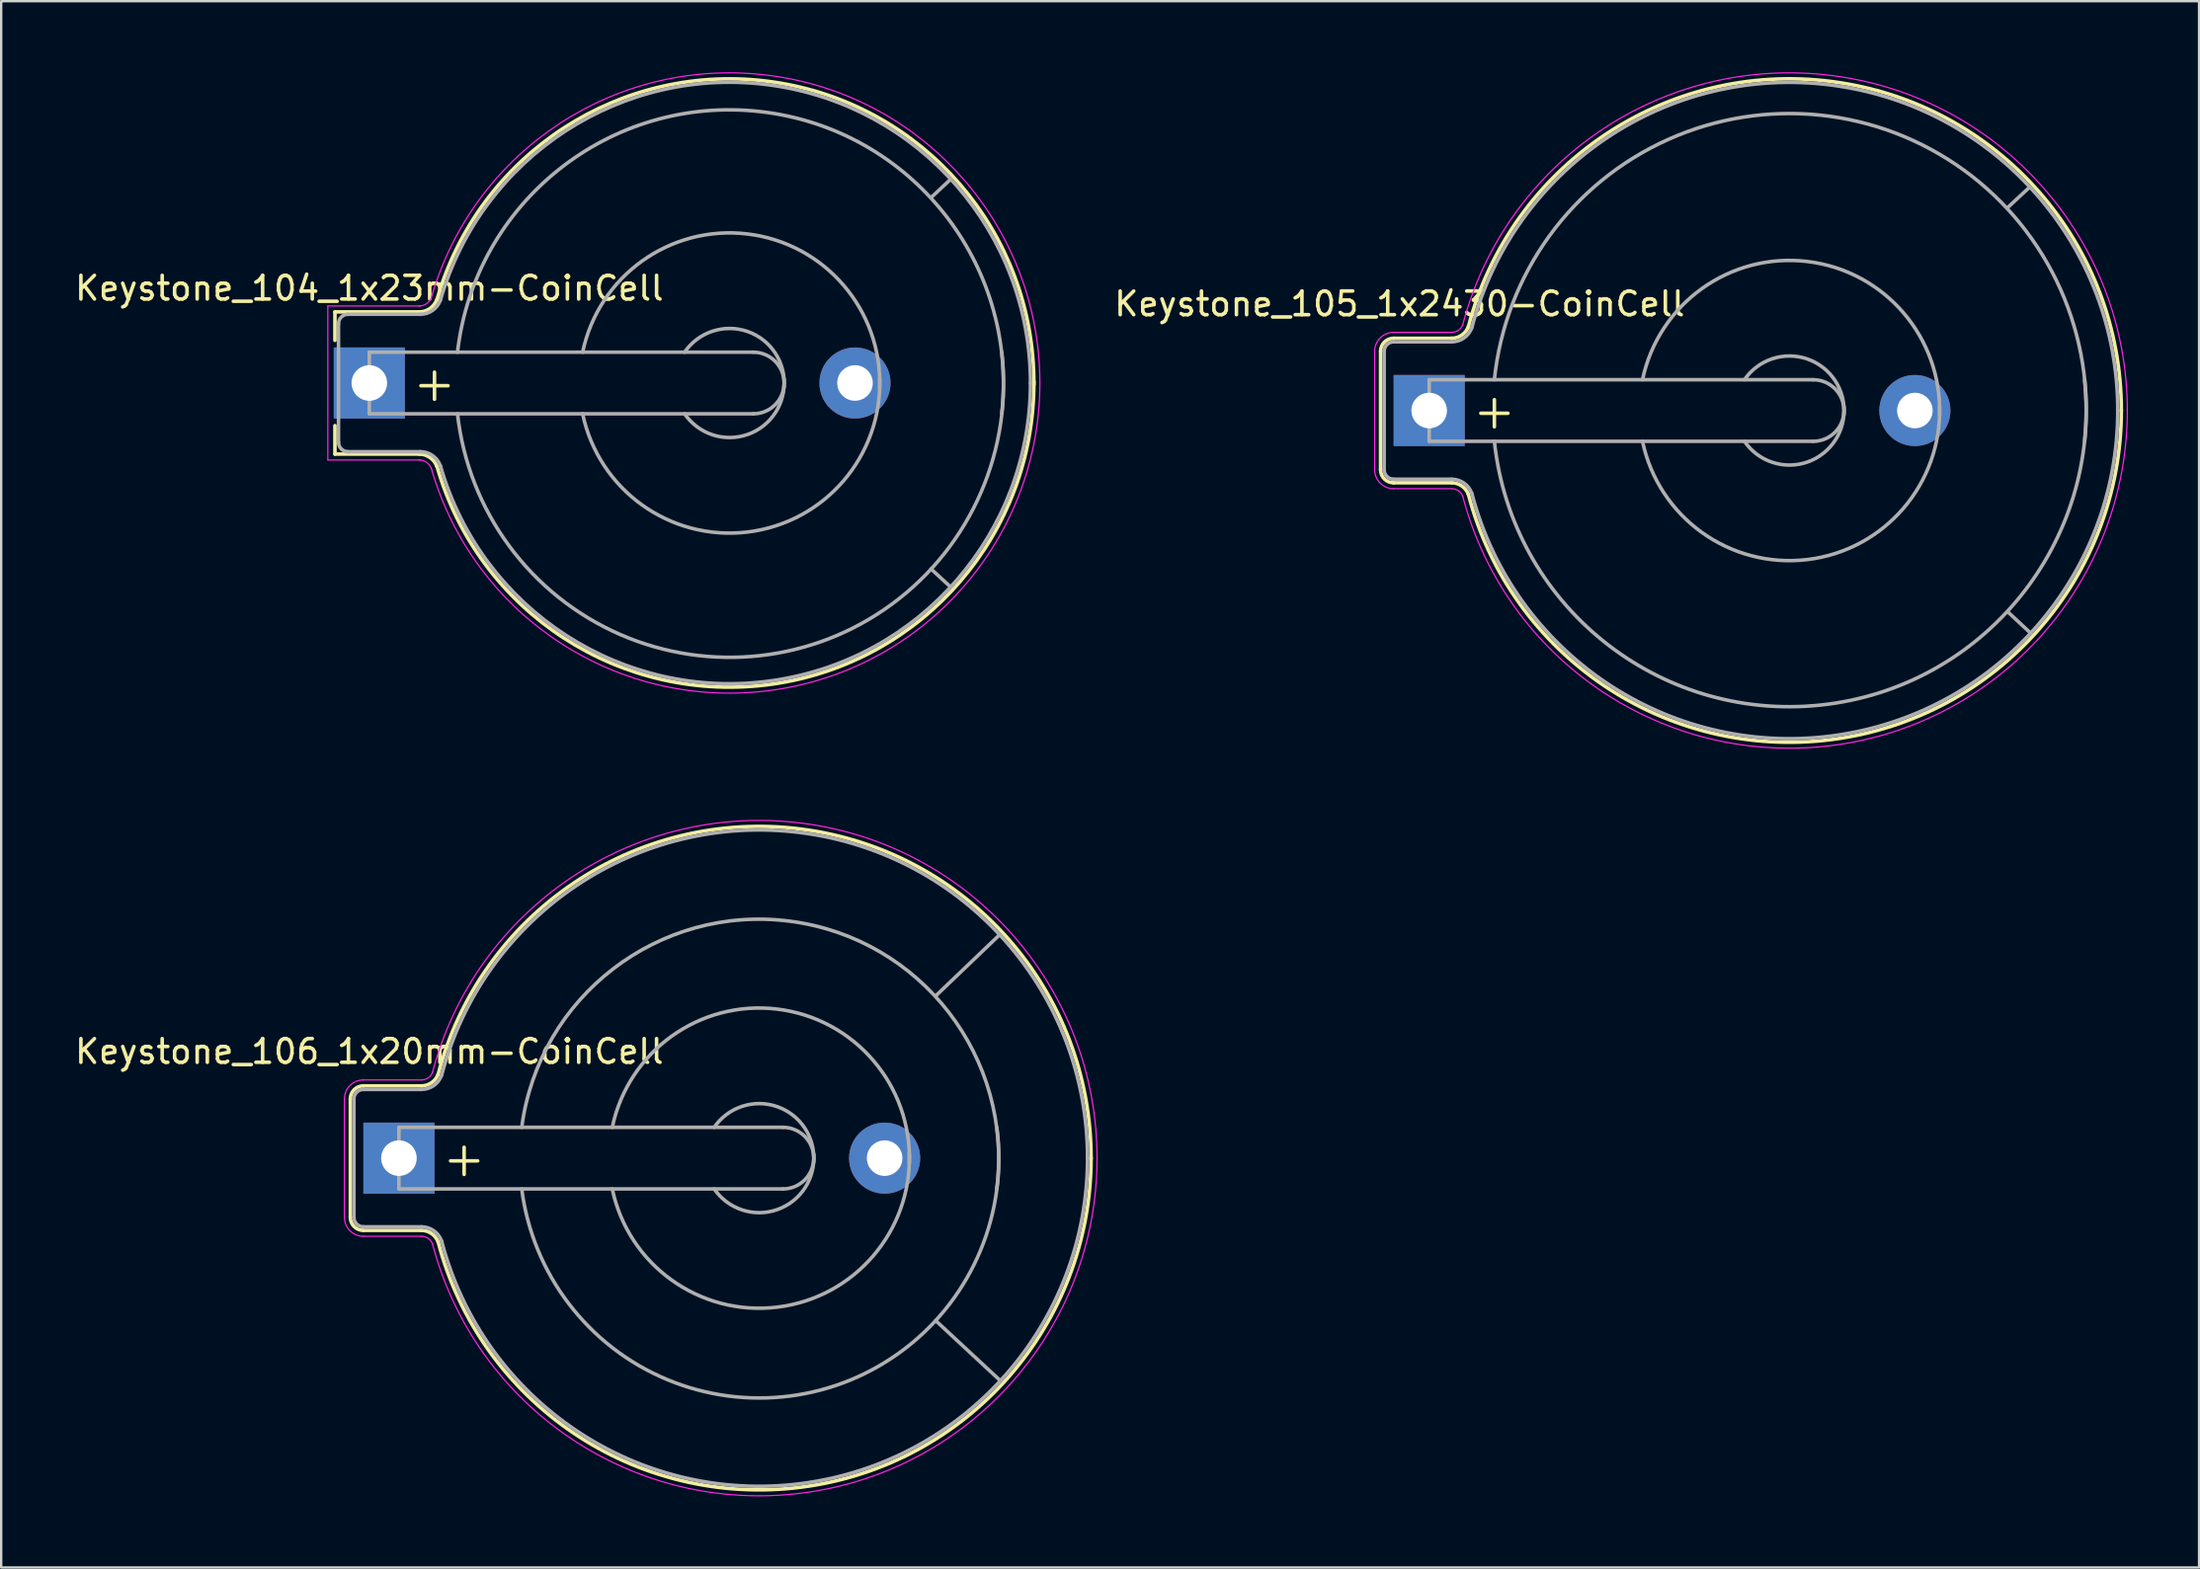
<source format=kicad_pcb>
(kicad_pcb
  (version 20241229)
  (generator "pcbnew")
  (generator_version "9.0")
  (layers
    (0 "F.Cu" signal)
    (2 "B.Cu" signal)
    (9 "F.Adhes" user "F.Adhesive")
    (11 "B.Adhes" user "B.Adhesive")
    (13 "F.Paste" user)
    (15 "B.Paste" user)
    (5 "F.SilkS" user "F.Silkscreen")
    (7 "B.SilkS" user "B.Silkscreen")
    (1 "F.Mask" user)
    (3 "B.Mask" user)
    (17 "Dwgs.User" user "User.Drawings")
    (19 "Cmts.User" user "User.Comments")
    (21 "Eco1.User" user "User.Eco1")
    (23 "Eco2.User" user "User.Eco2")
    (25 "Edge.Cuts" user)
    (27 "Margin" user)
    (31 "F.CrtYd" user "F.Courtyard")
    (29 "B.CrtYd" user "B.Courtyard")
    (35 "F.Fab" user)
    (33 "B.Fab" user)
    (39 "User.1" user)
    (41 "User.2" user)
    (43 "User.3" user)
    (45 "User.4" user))
  (footprint "Keystone_105_1x2430-CoinCell"
    (layer "F.Cu")
    (at 57.243 14.277)
    (property "Reference" "Keystone_105_1x2430-CoinCell" (at -1.25 -4.5 0) (layer "F.SilkS") (effects (font (size 1 1) (thickness 0.15))))
    (attr through_hole)
    (fp_line (start -2.05 -2.5) (end -2.05 2.5) (stroke (width 0.15) (type solid)) (layer "F.SilkS"))
    (fp_line (start -1.5 3.05) (end 0.95 3.05) (stroke (width 0.15) (type solid)) (layer "F.SilkS"))
    (fp_line (start 0.95 -3.05) (end -1.5 -3.05) (stroke (width 0.15) (type solid)) (layer "F.SilkS"))
    (fp_arc (start -2.05 -2.5) (mid -1.888909 -2.888909) (end -1.5 -3.05) (stroke (width 0.15) (type solid)) (layer "F.SilkS"))
    (fp_arc (start -1.5 3.05) (mid -1.888909 2.888909) (end -2.05 2.5) (stroke (width 0.15) (type solid)) (layer "F.SilkS"))
    (fp_arc (start 0.95 3.05) (mid 1.380182 3.185636) (end 1.654769 3.543485) (stroke (width 0.15) (type solid)) (layer "F.SilkS"))
    (fp_arc (start 1.65 -3.52) (mid 16.981862 -13.885887) (end 29.199738 0.015231) (stroke (width 0.15) (type solid)) (layer "F.SilkS"))
    (fp_arc (start 1.654769 -3.543485) (mid 1.380182 -3.185636) (end 0.95 -3.05) (stroke (width 0.15) (type solid)) (layer "F.SilkS"))
    (fp_arc (start 29.199738 -0.015231) (mid 16.981862 13.885887) (end 1.65 3.52) (stroke (width 0.15) (type solid)) (layer "F.SilkS"))
    (fp_line (start -2.3 -2.5) (end -2.3 2.5) (stroke (width 0.05) (type solid)) (layer "F.CrtYd"))
    (fp_line (start -1.5 3.3) (end 0.95 3.3) (stroke (width 0.05) (type solid)) (layer "F.CrtYd"))
    (fp_line (start 0.95 -3.3) (end -1.5 -3.3) (stroke (width 0.05) (type solid)) (layer "F.CrtYd"))
    (fp_arc (start -2.3 -2.5) (mid -2.065685 -3.065685) (end -1.5 -3.3) (stroke (width 0.05) (type solid)) (layer "F.CrtYd"))
    (fp_arc (start -1.5 3.3) (mid -2.065685 3.065685) (end -2.3 2.5) (stroke (width 0.05) (type solid)) (layer "F.CrtYd"))
    (fp_arc (start 0.95 3.3) (mid 1.236788 3.390424) (end 1.419846 3.62899) (stroke (width 0.05) (type solid)) (layer "F.CrtYd"))
    (fp_arc (start 1.41 -3.6) (mid 17.030934 -14.134065) (end 29.452124 0.032591) (stroke (width 0.05) (type solid)) (layer "F.CrtYd"))
    (fp_arc (start 1.419846 -3.62899) (mid 1.236788 -3.390424) (end 0.95 -3.3) (stroke (width 0.05) (type solid)) (layer "F.CrtYd"))
    (fp_arc (start 29.452124 -0.032591) (mid 17.030934 14.134065) (end 1.41 3.6) (stroke (width 0.05) (type solid)) (layer "F.CrtYd"))
    (fp_line (start -1.9 -2.5) (end -1.9 2.5) (stroke (width 0.15) (type solid)) (layer "F.Fab"))
    (fp_line (start -1.5 2.9) (end 0.95 2.9) (stroke (width 0.15) (type solid)) (layer "F.Fab"))
    (fp_line (start 0 -1.3) (end 0 1.3) (stroke (width 0.15) (type solid)) (layer "F.Fab"))
    (fp_line (start 0 1.3) (end 16.2 1.3) (stroke (width 0.15) (type solid)) (layer "F.Fab"))
    (fp_line (start 0.95 -2.9) (end -1.5 -2.9) (stroke (width 0.15) (type solid)) (layer "F.Fab"))
    (fp_line (start 16.2 -1.3) (end 0 -1.3) (stroke (width 0.15) (type solid)) (layer "F.Fab"))
    (fp_line (start 24.384 -8.547) (end 25.299 -9.399) (stroke (width 0.15) (type solid)) (layer "F.Fab"))
    (fp_line (start 24.409 8.496) (end 25.375 9.398) (stroke (width 0.15) (type solid)) (layer "F.Fab"))
    (fp_arc (start -1.9 -2.5) (mid -1.782843 -2.782843) (end -1.5 -2.9) (stroke (width 0.15) (type solid)) (layer "F.Fab"))
    (fp_arc (start -1.5 2.9) (mid -1.782843 2.782843) (end -1.9 2.5) (stroke (width 0.15) (type solid)) (layer "F.Fab"))
    (fp_arc (start 0.95 2.9) (mid 1.466219 3.062763) (end 1.795723 3.492182) (stroke (width 0.15) (type solid)) (layer "F.Fab"))
    (fp_arc (start 1.795723 -3.492182) (mid 1.466219 -3.062763) (end 0.95 -2.9) (stroke (width 0.15) (type solid)) (layer "F.Fab"))
    (fp_arc (start 1.8 -3.5) (mid 16.980951 -13.734563) (end 29.049508 0.033425) (stroke (width 0.15) (type solid)) (layer "F.Fab"))
    (fp_arc (start 2.75 -1.3) (mid 16.5 -12.45) (end 27.65 1.3) (stroke (width 0.15) (type solid)) (layer "F.Fab"))
    (fp_arc (start 9 -1.3) (mid 15.954687 -6.28971) (end 21.531551 0.203631) (stroke (width 0.15) (type solid)) (layer "F.Fab"))
    (fp_arc (start 13.3 -1.3) (mid 15.963947 -2.171724) (end 17.495448 0.175833) (stroke (width 0.15) (type solid)) (layer "F.Fab"))
    (fp_arc (start 16.2 -1.3) (mid 17.5 0) (end 16.2 1.3) (stroke (width 0.15) (type solid)) (layer "F.Fab"))
    (fp_arc (start 17.495448 -0.175833) (mid 15.963947 2.171724) (end 13.3 1.3) (stroke (width 0.15) (type solid)) (layer "F.Fab"))
    (fp_arc (start 21.531551 -0.203631) (mid 15.954687 6.28971) (end 9 1.3) (stroke (width 0.15) (type solid)) (layer "F.Fab"))
    (fp_arc (start 27.65 -1.3) (mid 16.5 12.45) (end 2.75 1.3) (stroke (width 0.15) (type solid)) (layer "F.Fab"))
    (fp_arc (start 29.049508 -0.033425) (mid 16.980951 13.734562) (end 1.8 3.5) (stroke (width 0.15) (type solid)) (layer "F.Fab"))
    (fp_text user "+" (at 2.75 0 0) (layer "F.SilkS") (effects (font (size 1.5 1.5) (thickness 0.15))))
    (pad "1" thru_hole rect (at 0 0) (size 3 3) (drill 1.5) (layers "*.Cu" "*.Mask"))
    (pad "2" thru_hole circle (at 20.49 0) (size 3 3) (drill 1.5) (layers "*.Cu" "*.Mask")))
  (footprint "Keystone_106_1x20mm-CoinCell"
    (layer "F.Cu")
    (at 13.78 45.831)
    (property "Reference" "Keystone_106_1x20mm-CoinCell" (at -1.25 -4.5 0) (layer "F.SilkS") (effects (font (size 1 1) (thickness 0.15))))
    (attr through_hole)
    (fp_line (start -2.05 -2.5) (end -2.05 2.5) (stroke (width 0.15) (type solid)) (layer "F.SilkS"))
    (fp_line (start -1.5 3.05) (end 0.95 3.05) (stroke (width 0.15) (type solid)) (layer "F.SilkS"))
    (fp_line (start 0.95 -3.05) (end -1.5 -3.05) (stroke (width 0.15) (type solid)) (layer "F.SilkS"))
    (fp_arc (start -2.05 -2.5) (mid -1.888909 -2.888909) (end -1.5 -3.05) (stroke (width 0.15) (type solid)) (layer "F.SilkS"))
    (fp_arc (start -1.5 3.05) (mid -1.888909 2.888909) (end -2.05 2.5) (stroke (width 0.15) (type solid)) (layer "F.SilkS"))
    (fp_arc (start 0.95 3.05) (mid 1.380182 3.185636) (end 1.654769 3.543485) (stroke (width 0.15) (type solid)) (layer "F.SilkS"))
    (fp_arc (start 1.65 -3.52) (mid 16.981862 -13.885887) (end 29.199738 0.015231) (stroke (width 0.15) (type solid)) (layer "F.SilkS"))
    (fp_arc (start 1.654769 -3.543485) (mid 1.380182 -3.185636) (end 0.95 -3.05) (stroke (width 0.15) (type solid)) (layer "F.SilkS"))
    (fp_arc (start 29.199738 -0.015231) (mid 16.981862 13.885887) (end 1.65 3.52) (stroke (width 0.15) (type solid)) (layer "F.SilkS"))
    (fp_line (start -2.3 -2.5) (end -2.3 2.5) (stroke (width 0.05) (type solid)) (layer "F.CrtYd"))
    (fp_line (start -1.5 3.3) (end 0.95 3.3) (stroke (width 0.05) (type solid)) (layer "F.CrtYd"))
    (fp_line (start 0.95 -3.3) (end -1.5 -3.3) (stroke (width 0.05) (type solid)) (layer "F.CrtYd"))
    (fp_arc (start -2.3 -2.5) (mid -2.065685 -3.065685) (end -1.5 -3.3) (stroke (width 0.05) (type solid)) (layer "F.CrtYd"))
    (fp_arc (start -1.5 3.3) (mid -2.065685 3.065685) (end -2.3 2.5) (stroke (width 0.05) (type solid)) (layer "F.CrtYd"))
    (fp_arc (start 0.95 3.3) (mid 1.236788 3.390424) (end 1.419846 3.62899) (stroke (width 0.05) (type solid)) (layer "F.CrtYd"))
    (fp_arc (start 1.41 -3.6) (mid 17.030934 -14.134065) (end 29.452124 0.032591) (stroke (width 0.05) (type solid)) (layer "F.CrtYd"))
    (fp_arc (start 1.419846 -3.62899) (mid 1.236788 -3.390424) (end 0.95 -3.3) (stroke (width 0.05) (type solid)) (layer "F.CrtYd"))
    (fp_arc (start 29.452124 -0.032591) (mid 17.030934 14.134065) (end 1.41 3.6) (stroke (width 0.05) (type solid)) (layer "F.CrtYd"))
    (fp_line (start -1.9 -2.5) (end -1.9 2.5) (stroke (width 0.15) (type solid)) (layer "F.Fab"))
    (fp_line (start -1.5 2.9) (end 0.95 2.9) (stroke (width 0.15) (type solid)) (layer "F.Fab"))
    (fp_line (start 0 -1.3) (end 0 1.3) (stroke (width 0.15) (type solid)) (layer "F.Fab"))
    (fp_line (start 0 1.3) (end 16.2 1.3) (stroke (width 0.15) (type solid)) (layer "F.Fab"))
    (fp_line (start 0.95 -2.9) (end -1.5 -2.9) (stroke (width 0.15) (type solid)) (layer "F.Fab"))
    (fp_line (start 16.2 -1.3) (end 0 -1.3) (stroke (width 0.15) (type solid)) (layer "F.Fab"))
    (fp_line (start 22.644 6.858) (end 25.35 9.373) (stroke (width 0.15) (type solid)) (layer "F.Fab"))
    (fp_line (start 22.657 -6.858) (end 25.342 -9.429) (stroke (width 0.15) (type solid)) (layer "F.Fab"))
    (fp_arc (start -1.9 -2.5) (mid -1.782843 -2.782843) (end -1.5 -2.9) (stroke (width 0.15) (type solid)) (layer "F.Fab"))
    (fp_arc (start -1.5 2.9) (mid -1.782843 2.782843) (end -1.9 2.5) (stroke (width 0.15) (type solid)) (layer "F.Fab"))
    (fp_arc (start 0.95 2.9) (mid 1.466219 3.062763) (end 1.795723 3.492182) (stroke (width 0.15) (type solid)) (layer "F.Fab"))
    (fp_arc (start 1.795723 -3.492182) (mid 1.466219 -3.062763) (end 0.95 -2.9) (stroke (width 0.15) (type solid)) (layer "F.Fab"))
    (fp_arc (start 1.8 -3.5) (mid 16.980951 -13.734563) (end 29.049508 0.033425) (stroke (width 0.15) (type solid)) (layer "F.Fab"))
    (fp_arc (start 5.18 -1.3) (mid 16.5 -10.02) (end 25.22 1.3) (stroke (width 0.15) (type solid)) (layer "F.Fab"))
    (fp_arc (start 9 -1.3) (mid 15.954687 -6.28971) (end 21.531551 0.203631) (stroke (width 0.15) (type solid)) (layer "F.Fab"))
    (fp_arc (start 13.3 -1.3) (mid 15.963947 -2.171724) (end 17.495448 0.175833) (stroke (width 0.15) (type solid)) (layer "F.Fab"))
    (fp_arc (start 16.2 -1.3) (mid 17.5 0) (end 16.2 1.3) (stroke (width 0.15) (type solid)) (layer "F.Fab"))
    (fp_arc (start 17.495448 -0.175833) (mid 15.963947 2.171724) (end 13.3 1.3) (stroke (width 0.15) (type solid)) (layer "F.Fab"))
    (fp_arc (start 21.531551 -0.203631) (mid 15.954687 6.28971) (end 9 1.3) (stroke (width 0.15) (type solid)) (layer "F.Fab"))
    (fp_arc (start 25.22 -1.3) (mid 16.5 10.02) (end 5.18 1.3) (stroke (width 0.15) (type solid)) (layer "F.Fab"))
    (fp_arc (start 29.049508 -0.033425) (mid 16.980951 13.734562) (end 1.8 3.5) (stroke (width 0.15) (type solid)) (layer "F.Fab"))
    (fp_text user "+" (at 2.75 0 0) (layer "F.SilkS") (effects (font (size 1.5 1.5) (thickness 0.15))))
    (pad "1" thru_hole rect (at 0 0) (size 3 3) (drill 1.5) (layers "*.Cu" "*.Mask"))
    (pad "2" thru_hole circle (at 20.49 0) (size 3 3) (drill 1.5) (layers "*.Cu" "*.Mask")))
  (footprint "Keystone_104_1x23mm-CoinCell"
    (layer "F.Cu")
    (at 12.53 13.115)
    (property "Reference" "Keystone_104_1x23mm-CoinCell" (at 0 -4 0) (layer "F.SilkS") (effects (font (size 1 1) (thickness 0.15))))
    (attr through_hole)
    (fp_line (start -1.45 -3) (end 2.15 -3) (stroke (width 0.15) (type solid)) (layer "F.SilkS"))
    (fp_line (start -1.45 -1.8) (end -1.45 -3) (stroke (width 0.15) (type solid)) (layer "F.SilkS"))
    (fp_line (start -1.45 1.8) (end -1.45 3) (stroke (width 0.15) (type solid)) (layer "F.SilkS"))
    (fp_line (start -1.45 3) (end 2.15 3) (stroke (width 0.15) (type solid)) (layer "F.SilkS"))
    (fp_arc (start 2.1 3) (mid 2.558861 3.144678) (end 2.851754 3.526384) (stroke (width 0.15) (type solid)) (layer "F.SilkS"))
    (fp_arc (start 2.85 -3.5) (mid 17.002622 -12.709172) (end 28.03617 0.072313) (stroke (width 0.15) (type solid)) (layer "F.SilkS"))
    (fp_arc (start 2.851754 -3.526384) (mid 2.558861 -3.144678) (end 2.1 -3) (stroke (width 0.15) (type solid)) (layer "F.SilkS"))
    (fp_arc (start 28.03617 -0.072313) (mid 17.002622 12.709172) (end 2.85 3.5) (stroke (width 0.15) (type solid)) (layer "F.SilkS"))
    (fp_line (start -1.75 -3.25) (end 2.15 -3.25) (stroke (width 0.05) (type solid)) (layer "F.CrtYd"))
    (fp_line (start -1.75 3.25) (end -1.75 -3.25) (stroke (width 0.05) (type solid)) (layer "F.CrtYd"))
    (fp_line (start -1.75 3.25) (end 2.15 3.25) (stroke (width 0.05) (type solid)) (layer "F.CrtYd"))
    (fp_arc (start 2.1 3.25) (mid 2.415467 3.349466) (end 2.616831 3.611889) (stroke (width 0.05) (type solid)) (layer "F.CrtYd"))
    (fp_arc (start 2.615 -3.6) (mid 17.013472 -12.963547) (end 28.289773 -0.008354) (stroke (width 0.05) (type solid)) (layer "F.CrtYd"))
    (fp_arc (start 2.616831 -3.611889) (mid 2.415467 -3.349466) (end 2.1 -3.25) (stroke (width 0.05) (type solid)) (layer "F.CrtYd"))
    (fp_arc (start 28.289773 0.008354) (mid 17.013472 12.963547) (end 2.615 3.6) (stroke (width 0.05) (type solid)) (layer "F.CrtYd"))
    (fp_line (start -1.3 -2.5) (end -1.3 2.5) (stroke (width 0.15) (type solid)) (layer "F.Fab"))
    (fp_line (start -0.9 2.9) (end 2.15 2.9) (stroke (width 0.15) (type solid)) (layer "F.Fab"))
    (fp_line (start 0 -1.3) (end 0 1.3) (stroke (width 0.15) (type solid)) (layer "F.Fab"))
    (fp_line (start 0 1.3) (end 16.2 1.3) (stroke (width 0.15) (type solid)) (layer "F.Fab"))
    (fp_line (start 2.15 -2.9) (end -0.9 -2.9) (stroke (width 0.15) (type solid)) (layer "F.Fab"))
    (fp_line (start 16.2 -1.3) (end 0 -1.3) (stroke (width 0.15) (type solid)) (layer "F.Fab"))
    (fp_line (start 23.698 7.849) (end 24.526 8.613) (stroke (width 0.15) (type solid)) (layer "F.Fab"))
    (fp_line (start 23.724 -7.849) (end 24.526 -8.601) (stroke (width 0.15) (type solid)) (layer "F.Fab"))
    (fp_arc (start -1.3 -2.5) (mid -1.182843 -2.782843) (end -0.9 -2.9) (stroke (width 0.15) (type solid)) (layer "F.Fab"))
    (fp_arc (start -0.9 2.9) (mid -1.182843 2.782843) (end -1.3 2.5) (stroke (width 0.15) (type solid)) (layer "F.Fab"))
    (fp_arc (start 2.15 2.9) (mid 2.666219 3.062763) (end 2.995723 3.492182) (stroke (width 0.15) (type solid)) (layer "F.Fab"))
    (fp_arc (start 2.995723 -3.492182) (mid 2.666219 -3.062763) (end 2.15 -2.9) (stroke (width 0.15) (type solid)) (layer "F.Fab"))
    (fp_arc (start 3 -3.5) (mid 16.968026 -12.568376) (end 27.892123 0.00164) (stroke (width 0.15) (type solid)) (layer "F.Fab"))
    (fp_arc (start 3.72 -1.3) (mid 16.5 -11.48) (end 26.68 1.3) (stroke (width 0.15) (type solid)) (layer "F.Fab"))
    (fp_arc (start 9 -1.3) (mid 15.954687 -6.28971) (end 21.531551 0.203631) (stroke (width 0.15) (type solid)) (layer "F.Fab"))
    (fp_arc (start 13.3 -1.3) (mid 15.963947 -2.171724) (end 17.495448 0.175833) (stroke (width 0.15) (type solid)) (layer "F.Fab"))
    (fp_arc (start 16.2 -1.3) (mid 17.5 0) (end 16.2 1.3) (stroke (width 0.15) (type solid)) (layer "F.Fab"))
    (fp_arc (start 17.495448 -0.175833) (mid 15.963947 2.171724) (end 13.3 1.3) (stroke (width 0.15) (type solid)) (layer "F.Fab"))
    (fp_arc (start 21.531551 -0.203631) (mid 15.954687 6.28971) (end 9 1.3) (stroke (width 0.15) (type solid)) (layer "F.Fab"))
    (fp_arc (start 26.68 -1.3) (mid 16.5 11.48) (end 3.72 1.3) (stroke (width 0.15) (type solid)) (layer "F.Fab"))
    (fp_arc (start 27.892123 -0.00164) (mid 16.968026 12.568376) (end 3 3.5) (stroke (width 0.15) (type solid)) (layer "F.Fab"))
    (fp_text user "+" (at 2.75 0 0) (layer "F.SilkS") (effects (font (size 1.5 1.5) (thickness 0.15))))
    (pad "1" thru_hole rect (at 0 0) (size 3 3) (drill 1.5) (layers "*.Cu" "*.Mask"))
    (pad "2" thru_hole circle (at 20.49 0) (size 3 3) (drill 1.5) (layers "*.Cu" "*.Mask")))
  (gr_rect
    (start -3 -3)
    (end 89.721 63.109)
    (stroke (width 0.1) (type default))
    (fill no)
    (layer "Edge.Cuts")))
</source>
